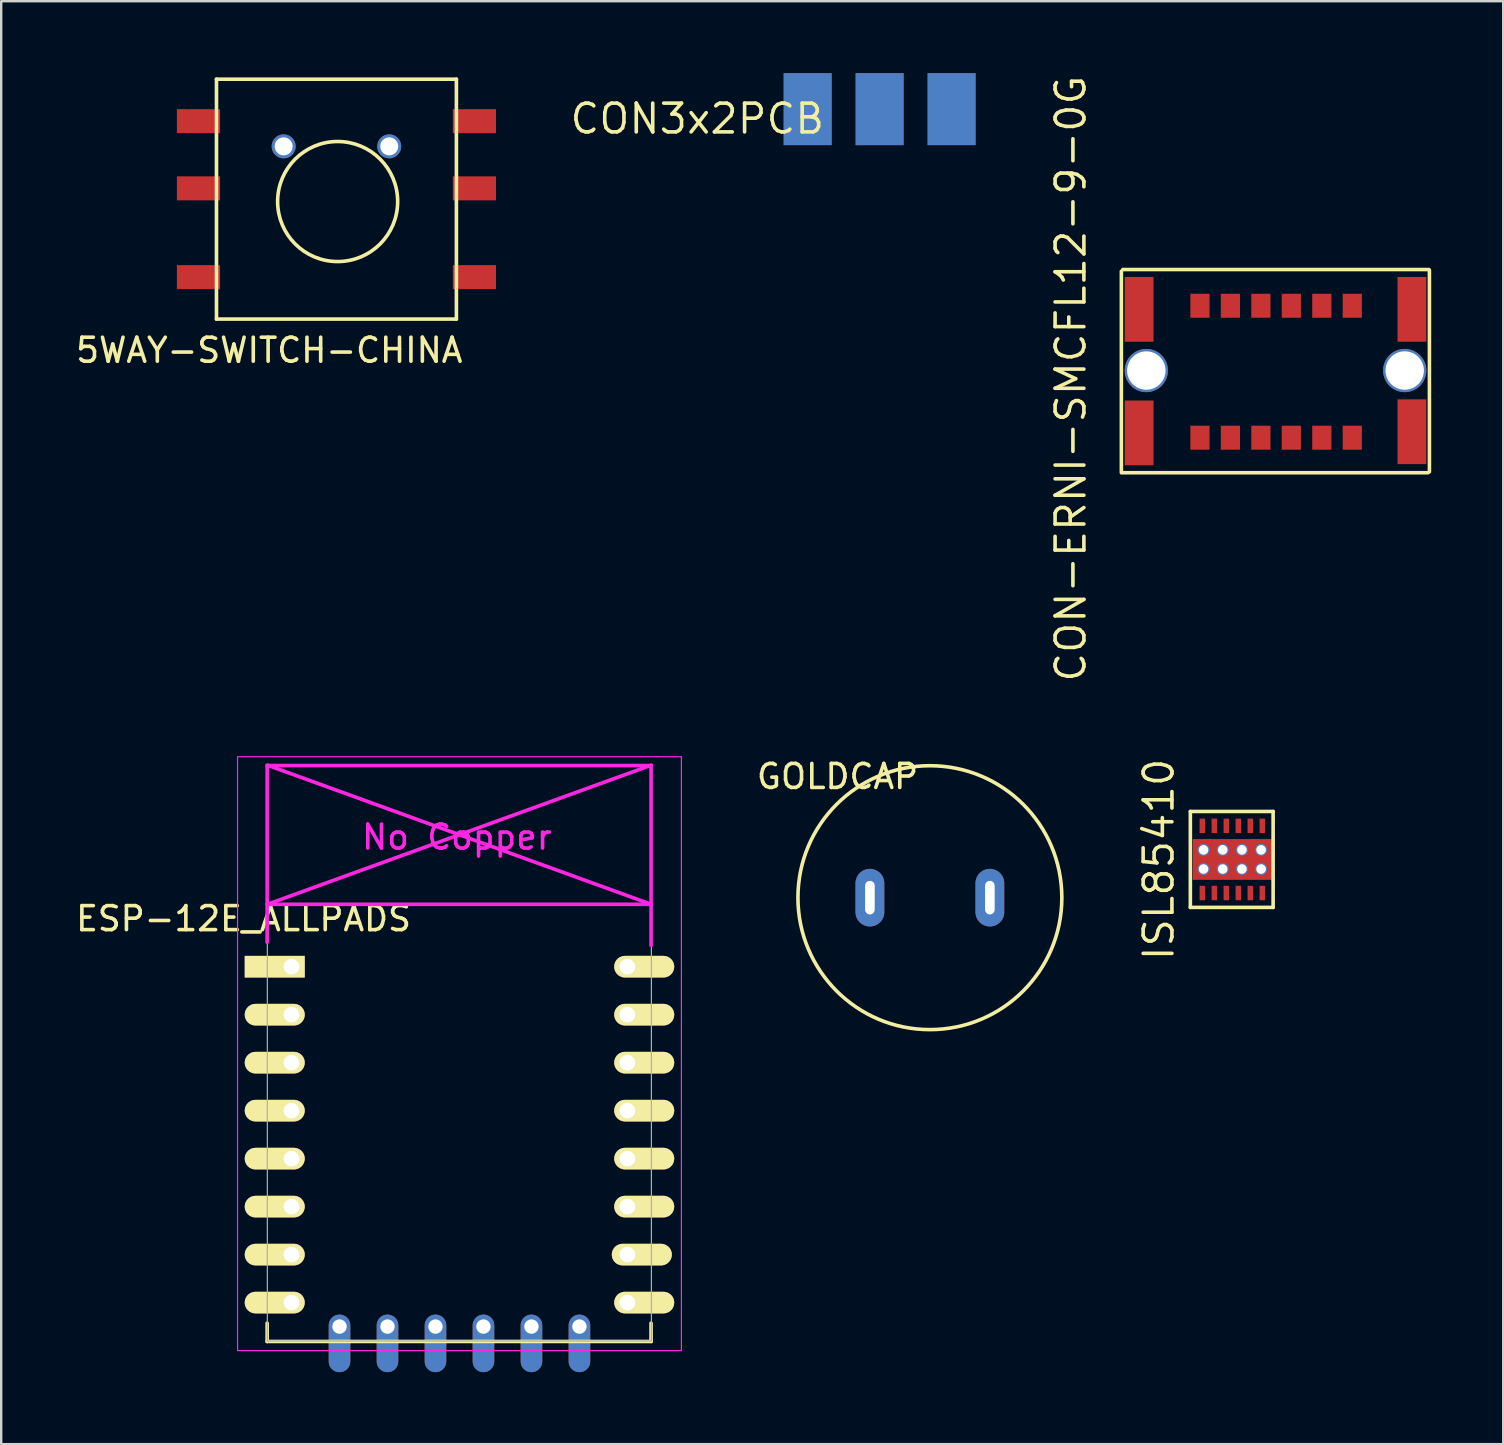
<source format=kicad_pcb>
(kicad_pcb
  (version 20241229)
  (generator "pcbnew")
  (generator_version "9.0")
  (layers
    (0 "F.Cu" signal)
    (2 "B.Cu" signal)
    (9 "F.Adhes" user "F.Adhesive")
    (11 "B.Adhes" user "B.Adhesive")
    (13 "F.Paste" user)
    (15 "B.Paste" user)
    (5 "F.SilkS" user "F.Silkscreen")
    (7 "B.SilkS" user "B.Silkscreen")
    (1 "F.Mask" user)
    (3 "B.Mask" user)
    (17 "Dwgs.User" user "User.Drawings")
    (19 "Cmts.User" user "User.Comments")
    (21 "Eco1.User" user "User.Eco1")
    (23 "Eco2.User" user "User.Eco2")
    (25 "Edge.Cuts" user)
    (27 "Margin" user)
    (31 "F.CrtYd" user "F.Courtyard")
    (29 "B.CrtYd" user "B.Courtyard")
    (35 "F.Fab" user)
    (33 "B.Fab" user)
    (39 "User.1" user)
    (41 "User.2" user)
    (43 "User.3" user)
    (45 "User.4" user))
  (footprint "GOLDCAP"
    (layer "F.Cu")
    (at 33.208 34.365)
    (property "Reference" "GOLDCAP" (at -1.35 -5.05 0) (layer "F.SilkS") (effects (font (size 1 1) (thickness 0.15))))
    (attr through_hole)
    (fp_circle (center 2.5 0) (end 8 0) (stroke (width 0.15) (type solid)) (fill no) (layer "F.SilkS"))
    (pad "1" thru_hole oval (at 0 0) (size 1.2 2.4) (drill oval 0.4 1.4) (layers "*.Cu" "*.Mask"))
    (pad "2" thru_hole oval (at 5 0) (size 1.2 2.4) (drill oval 0.4 1.4) (layers "*.Cu" "*.Mask")))
  (footprint "5WAY-SWITCH-CHINA"
    (layer "F.Cu")
    (at 13.173 0.25)
    (property "Reference" "5WAY-SWITCH-CHINA" (at -5 11.3 0) (layer "F.SilkS") (effects (font (size 1 1) (thickness 0.15))))
    (attr through_hole)
    (fp_line (start -7.2 0) (end 2.8 0) (stroke (width 0.15) (type solid)) (layer "F.SilkS"))
    (fp_line (start -7.2 10) (end -7.2 0) (stroke (width 0.15) (type solid)) (layer "F.SilkS"))
    (fp_line (start -7.2 10) (end 2.8 10) (stroke (width 0.15) (type solid)) (layer "F.SilkS"))
    (fp_line (start 2.8 0) (end 2.8 10) (stroke (width 0.15) (type solid)) (layer "F.SilkS"))
    (fp_circle (center -2.15 5.1) (end 0.35 5) (stroke (width 0.15) (type solid)) (fill no) (layer "F.SilkS"))
    (pad "1" smd rect (at -7.95 1.75) (size 1.8 1) (layers "F.Cu" "F.Mask" "F.Paste"))
    (pad "2" smd rect (at -7.95 4.55) (size 1.8 1) (layers "F.Cu" "F.Mask" "F.Paste"))
    (pad "3" smd rect (at -7.95 8.25) (size 1.8 1) (layers "F.Cu" "F.Mask" "F.Paste"))
    (pad "4" smd rect (at 3.55 1.75) (size 1.8 1) (layers "F.Cu" "F.Mask" "F.Paste"))
    (pad "5" smd rect (at 3.55 4.55) (size 1.8 1) (layers "F.Cu" "F.Mask" "F.Paste"))
    (pad "6" smd rect (at 3.55 8.25) (size 1.8 1) (layers "F.Cu" "F.Mask" "F.Paste"))
    (pad "~" thru_hole circle (at -4.4 2.8) (size 1 1) (drill 0.75) (layers "*.Cu" "*.Mask"))
    (pad "~" thru_hole circle (at 0 2.8) (size 1 1) (drill 0.75) (layers "*.Cu" "*.Mask")))
  (footprint "CON-ERNI-SMCFL12-9-0G"
    (layer "F.Cu")
    (at 44.729 9.644)
    (property "Reference" "CON-ERNI-SMCFL12-9-0G" (at -3.15 3.09 90) (layer "F.SilkS") (effects (font (size 1.2 1.2) (thickness 0.15))))
    (attr through_hole)
    (fp_line (start -1.04 -1.39) (end -1.04 7.01) (stroke (width 0.15) (type solid)) (layer "F.SilkS"))
    (fp_line (start -0.98 -1.46) (end 11.78 -1.46) (stroke (width 0.15) (type solid)) (layer "F.SilkS"))
    (fp_line (start 11.74 7.01) (end -0.98 7.01) (stroke (width 0.15) (type solid)) (layer "F.SilkS"))
    (fp_line (start 11.8 -1.43) (end 11.8 6.97) (stroke (width 0.15) (type solid)) (layer "F.SilkS"))
    (pad "" smd rect (at 0 0 90) (size 2.7 1.2) (drill (offset -0.2 -0.3)) (layers "F.Cu" "F.Mask" "F.Paste"))
    (pad "" smd rect (at 0 5.55 90) (size 2.7 1.2) (drill (offset 0.2 -0.3)) (layers "F.Cu" "F.Mask" "F.Paste"))
    (pad "" smd rect (at 10.77 0 90) (size 2.7 1.2) (drill (offset -0.2 0.3)) (layers "F.Cu" "F.Mask" "F.Paste"))
    (pad "" smd rect (at 10.77 5.5 90) (size 2.7 1.2) (drill (offset 0.2 0.3)) (layers "F.Cu" "F.Mask" "F.Paste"))
    (pad "24" thru_hole circle (at 0 2.75 90) (size 1.8 1.8) (drill 1.6) (layers "*.Cu" "*.Mask"))
    (pad "24" thru_hole circle (at 10.77 2.75 90) (size 1.8 1.8) (drill 1.6) (layers "*.Cu" "*.Mask"))
    (pad "A1" smd rect (at 2.235 5.55) (size 0.8 1) (layers "F.Cu" "F.Mask" "F.Paste"))
    (pad "A2" smd rect (at 3.505 5.55) (size 0.8 1) (layers "F.Cu" "F.Mask" "F.Paste"))
    (pad "A3" smd rect (at 4.775 5.55) (size 0.8 1) (layers "F.Cu" "F.Mask" "F.Paste"))
    (pad "A4" smd rect (at 6.045 5.55) (size 0.8 1) (layers "F.Cu" "F.Mask" "F.Paste"))
    (pad "A5" smd rect (at 7.315 5.55) (size 0.8 1) (layers "F.Cu" "F.Mask" "F.Paste"))
    (pad "A6" smd rect (at 8.585 5.55) (size 0.8 1) (layers "F.Cu" "F.Mask" "F.Paste"))
    (pad "A7" smd rect (at 8.585 0.05) (size 0.8 1) (layers "F.Cu" "F.Mask" "F.Paste"))
    (pad "A8" smd rect (at 7.315 0.05) (size 0.8 1) (layers "F.Cu" "F.Mask" "F.Paste"))
    (pad "A9" smd rect (at 6.045 0.05) (size 0.8 1) (layers "F.Cu" "F.Mask" "F.Paste"))
    (pad "A10" smd rect (at 4.775 0.05) (size 0.8 1) (layers "F.Cu" "F.Mask" "F.Paste"))
    (pad "A11" smd rect (at 3.505 0.05) (size 0.8 1) (layers "F.Cu" "F.Mask" "F.Paste"))
    (pad "A12" smd rect (at 2.235 0.05) (size 0.8 1) (layers "F.Cu" "F.Mask" "F.Paste")))
  (footprint "ESP-12E_ALLPADS"
    (layer "F.Cu")
    (at 9.101 37.242)
    (property "Reference" "ESP-12E_ALLPADS" (at -2 -2 0) (layer "F.SilkS") (effects (font (size 1 1) (thickness 0.15))))
    (attr through_hole)
    (fp_line (start -1.016 14.859) (end -1.016 15.621) (stroke (width 0.152) (type solid)) (layer "F.SilkS"))
    (fp_line (start -1.016 15.621) (end 14.986 15.621) (stroke (width 0.152) (type solid)) (layer "F.SilkS"))
    (fp_line (start 14.986 15.621) (end 14.986 14.859) (stroke (width 0.152) (type solid)) (layer "F.SilkS"))
    (fp_line (start -2.25 -8.75) (end 15.25 -8.75) (stroke (width 0.05) (type solid)) (layer "F.CrtYd"))
    (fp_line (start -2.25 -0.5) (end -2.25 -8.75) (stroke (width 0.05) (type solid)) (layer "F.CrtYd"))
    (fp_line (start -2.25 16) (end -2.25 -0.5) (stroke (width 0.05) (type solid)) (layer "F.CrtYd"))
    (fp_line (start -1.016 -8.382) (end -1.016 -1.016) (stroke (width 0.152) (type solid)) (layer "F.CrtYd"))
    (fp_line (start -1.016 -8.382) (end 14.986 -8.382) (stroke (width 0.152) (type solid)) (layer "F.CrtYd"))
    (fp_line (start -1.008 -8.4) (end 14.992 -2.6) (stroke (width 0.152) (type solid)) (layer "F.CrtYd"))
    (fp_line (start -1.008 -2.6) (end 14.992 -2.6) (stroke (width 0.152) (type solid)) (layer "F.CrtYd"))
    (fp_line (start 14.986 -8.382) (end 14.986 -0.889) (stroke (width 0.152) (type solid)) (layer "F.CrtYd"))
    (fp_line (start 14.992 -8.4) (end -1.008 -2.6) (stroke (width 0.152) (type solid)) (layer "F.CrtYd"))
    (fp_line (start 15.25 -8.75) (end 16.25 -8.75) (stroke (width 0.05) (type solid)) (layer "F.CrtYd"))
    (fp_line (start 16.25 -8.75) (end 16.25 16) (stroke (width 0.05) (type solid)) (layer "F.CrtYd"))
    (fp_line (start 16.25 16) (end -2.25 16) (stroke (width 0.05) (type solid)) (layer "F.CrtYd"))
    (fp_line (start -1.008 -8.4) (end 14.992 -8.4) (stroke (width 0.05) (type solid)) (layer "F.Fab"))
    (fp_line (start -1.008 15.6) (end -1.008 -8.4) (stroke (width 0.05) (type solid)) (layer "F.Fab"))
    (fp_line (start 14.992 15.6) (end -1.008 15.6) (stroke (width 0.05) (type solid)) (layer "F.Fab"))
    (fp_line (start 15 -8.4) (end 15 15.6) (stroke (width 0.05) (type solid)) (layer "F.Fab"))
    (fp_text user "No Copper" (at 6.892 -5.4 0) (layer "F.CrtYd") (effects (font (size 1 1) (thickness 0.15))))
    (pad "1" thru_hole rect (at 0 0) (size 2.5 0.9) (drill 0.65 (offset -0.7 0)) (layers "*.Cu" "*.Mask" "F.SilkS"))
    (pad "2" thru_hole oval (at 0 2) (size 2.5 0.9) (drill 0.65 (offset -0.7 0)) (layers "*.Cu" "*.Mask" "F.SilkS"))
    (pad "3" thru_hole oval (at 0 4) (size 2.5 0.9) (drill 0.65 (offset -0.7 0)) (layers "*.Cu" "*.Mask" "F.SilkS"))
    (pad "4" thru_hole oval (at 0 6) (size 2.5 0.9) (drill 0.65 (offset -0.7 0)) (layers "*.Cu" "*.Mask" "F.SilkS"))
    (pad "5" thru_hole oval (at 0 8) (size 2.5 0.9) (drill 0.65 (offset -0.7 0)) (layers "*.Cu" "*.Mask" "F.SilkS"))
    (pad "6" thru_hole oval (at 0 10) (size 2.5 0.9) (drill 0.65 (offset -0.7 0)) (layers "*.Cu" "*.Mask" "F.SilkS"))
    (pad "7" thru_hole oval (at 0 12) (size 2.5 0.9) (drill 0.65 (offset -0.7 0)) (layers "*.Cu" "*.Mask" "F.SilkS"))
    (pad "8" thru_hole oval (at 0 14) (size 2.5 0.9) (drill 0.65 (offset -0.7 0)) (layers "*.Cu" "*.Mask" "F.SilkS"))
    (pad "9" thru_hole oval (at 14 14) (size 2.5 0.9) (drill 0.65 (offset 0.7 0)) (layers "*.Cu" "*.Mask" "F.SilkS"))
    (pad "10" thru_hole oval (at 14 12) (size 2.5 0.9) (drill 0.65 (offset 0.6 0)) (layers "*.Cu" "*.Mask" "F.SilkS"))
    (pad "11" thru_hole oval (at 14 10) (size 2.5 0.9) (drill 0.65 (offset 0.7 0)) (layers "*.Cu" "*.Mask" "F.SilkS"))
    (pad "12" thru_hole oval (at 14 8) (size 2.5 0.9) (drill 0.65 (offset 0.7 0)) (layers "*.Cu" "*.Mask" "F.SilkS"))
    (pad "13" thru_hole oval (at 14 6) (size 2.5 0.9) (drill 0.65 (offset 0.7 0)) (layers "*.Cu" "*.Mask" "F.SilkS"))
    (pad "14" thru_hole oval (at 14 4) (size 2.5 0.9) (drill 0.65 (offset 0.7 0)) (layers "*.Cu" "*.Mask" "F.SilkS"))
    (pad "15" thru_hole oval (at 14 2) (size 2.5 0.9) (drill 0.65 (offset 0.7 0)) (layers "*.Cu" "*.Mask" "F.SilkS"))
    (pad "16" thru_hole oval (at 14 0) (size 2.5 0.9) (drill 0.65 (offset 0.7 0)) (layers "*.Cu" "*.Mask" "F.SilkS"))
    (pad "17" thru_hole oval (at 2 15 90) (size 2.4 0.9) (drill 0.6 (offset -0.7 0)) (layers "*.Cu" "*.Mask"))
    (pad "18" thru_hole oval (at 4 15 90) (size 2.4 0.9) (drill 0.6 (offset -0.7 0)) (layers "*.Cu" "*.Mask"))
    (pad "19" thru_hole oval (at 6 15 90) (size 2.4 0.9) (drill 0.6 (offset -0.7 0)) (layers "*.Cu" "*.Mask"))
    (pad "20" thru_hole oval (at 8 15 90) (size 2.4 0.9) (drill 0.6 (offset -0.7 0)) (layers "*.Cu" "*.Mask"))
    (pad "21" thru_hole oval (at 10 15 90) (size 2.4 0.9) (drill 0.6 (offset -0.7 0)) (layers "*.Cu" "*.Mask"))
    (pad "22" thru_hole oval (at 12 15 90) (size 2.4 0.9) (drill 0.6 (offset -0.7 0)) (layers "*.Cu" "*.Mask")))
  (footprint "CON3x2PCB"
    (layer "F.Cu")
    (at 33.613 1.5)
    (property "Reference" "CON3x2PCB" (at -7.6 0.4 0) (layer "F.SilkS") (effects (font (size 1.2 1.2) (thickness 0.15))))
    (attr through_hole)
    (pad "1" smd rect (at -3 0) (size 2 3) (layers "F.Cu" "F.Mask" "F.Paste"))
    (pad "2" smd rect (at 0 0) (size 2 3) (layers "F.Cu" "F.Mask" "F.Paste"))
    (pad "3" smd rect (at 3 0) (size 2 3) (layers "F.Cu" "F.Mask" "F.Paste"))
    (pad "4" smd rect (at 3 0) (size 2 3) (layers "*.Mask" "B.Cu" "B.Paste"))
    (pad "5" smd rect (at 0 0) (size 2 3) (layers "B.Cu" "B.Mask" "F.Paste"))
    (pad "6" smd rect (at -3 0) (size 2 3) (layers "B.Cu" "B.Mask" "B.Paste")))
  (footprint "ISL85410"
    (layer "F.Cu")
    (at 48.314 32.772)
    (property "Reference" "ISL85410" (at -3.065 0 90) (layer "F.SilkS") (effects (font (size 1.2 1.2) (thickness 0.15))))
    (attr through_hole)
    (fp_line (start -1.75 -2) (end -1.75 2) (stroke (width 0.15) (type solid)) (layer "F.SilkS"))
    (fp_line (start -1.75 2) (end 1.7 2) (stroke (width 0.15) (type solid)) (layer "F.SilkS"))
    (fp_line (start 1.7 -2) (end -1.75 -2) (stroke (width 0.15) (type solid)) (layer "F.SilkS"))
    (fp_line (start 1.7 2) (end 1.7 -2) (stroke (width 0.15) (type solid)) (layer "F.SilkS"))
    (pad "1" smd rect (at -1.25 1.4) (size 0.23 0.6) (layers "F.Cu" "F.Mask" "F.Paste"))
    (pad "2" smd rect (at -0.75 1.4) (size 0.23 0.6) (layers "F.Cu" "F.Mask" "F.Paste"))
    (pad "3" smd rect (at -0.25 1.4) (size 0.23 0.6) (layers "F.Cu" "F.Mask" "F.Paste"))
    (pad "4" smd rect (at 0.25 1.4) (size 0.23 0.6) (layers "F.Cu" "F.Mask" "F.Paste"))
    (pad "5" smd rect (at 0.75 1.4) (size 0.23 0.6) (layers "F.Cu" "F.Mask" "F.Paste"))
    (pad "6" smd rect (at 1.25 1.4) (size 0.23 0.6) (layers "F.Cu" "F.Mask" "F.Paste"))
    (pad "7" smd rect (at 1.25 -1.4) (size 0.23 0.6) (layers "F.Cu" "F.Mask" "F.Paste"))
    (pad "8" smd rect (at 0.75 -1.4) (size 0.23 0.6) (layers "F.Cu" "F.Mask" "F.Paste"))
    (pad "9" smd rect (at 0.25 -1.4) (size 0.23 0.6) (layers "F.Cu" "F.Mask" "F.Paste"))
    (pad "10" smd rect (at -0.25 -1.4) (size 0.23 0.6) (layers "F.Cu" "F.Mask" "F.Paste"))
    (pad "11" smd rect (at -0.75 -1.4) (size 0.23 0.6) (layers "F.Cu" "F.Mask" "F.Paste"))
    (pad "12" smd rect (at -1.25 -1.4) (size 0.23 0.6) (layers "F.Cu" "F.Mask" "F.Paste"))
    (pad "13" thru_hole circle (at -1.2 -0.4) (size 0.5 0.5) (drill 0.4) (layers "*.Cu" "*.Mask"))
    (pad "13" thru_hole circle (at -1.2 0.4) (size 0.5 0.5) (drill 0.4) (layers "*.Cu" "*.Mask"))
    (pad "13" thru_hole circle (at -0.4 -0.4) (size 0.5 0.5) (drill 0.4) (layers "*.Cu" "*.Mask"))
    (pad "13" thru_hole circle (at -0.4 0.4) (size 0.5 0.5) (drill 0.4) (layers "*.Cu" "*.Mask"))
    (pad "13" smd rect (at 0 0) (size 3.3 1.7) (layers "F.Cu" "F.Mask" "F.Paste"))
    (pad "13" thru_hole circle (at 0.4 -0.4) (size 0.5 0.5) (drill 0.4) (layers "*.Cu" "*.Mask"))
    (pad "13" thru_hole circle (at 0.4 0.4) (size 0.5 0.5) (drill 0.4) (layers "*.Cu" "*.Mask"))
    (pad "13" thru_hole circle (at 1.2 -0.4) (size 0.5 0.5) (drill 0.4) (layers "*.Cu" "*.Mask"))
    (pad "13" thru_hole circle (at 1.2 0.4) (size 0.5 0.5) (drill 0.4) (layers "*.Cu" "*.Mask")))
  (gr_rect
    (start -3 -3)
    (end 59.604 57.142)
    (stroke (width 0.1) (type default))
    (fill no)
    (layer "Edge.Cuts")))
</source>
